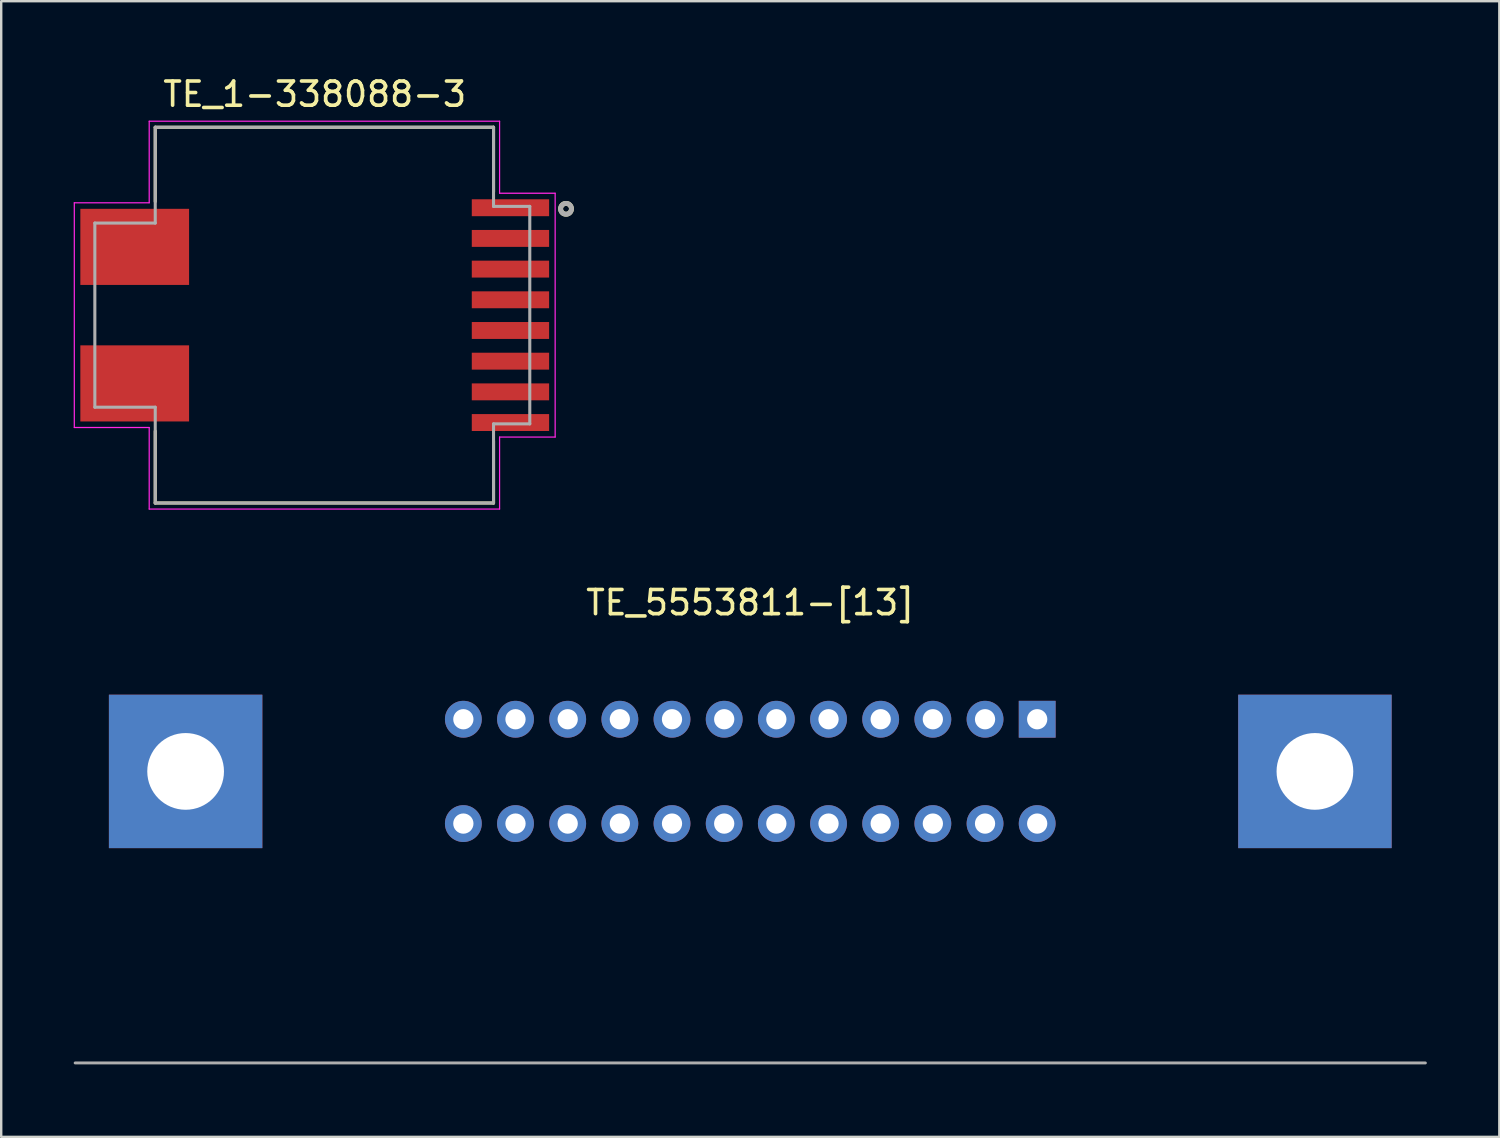
<source format=kicad_pcb>
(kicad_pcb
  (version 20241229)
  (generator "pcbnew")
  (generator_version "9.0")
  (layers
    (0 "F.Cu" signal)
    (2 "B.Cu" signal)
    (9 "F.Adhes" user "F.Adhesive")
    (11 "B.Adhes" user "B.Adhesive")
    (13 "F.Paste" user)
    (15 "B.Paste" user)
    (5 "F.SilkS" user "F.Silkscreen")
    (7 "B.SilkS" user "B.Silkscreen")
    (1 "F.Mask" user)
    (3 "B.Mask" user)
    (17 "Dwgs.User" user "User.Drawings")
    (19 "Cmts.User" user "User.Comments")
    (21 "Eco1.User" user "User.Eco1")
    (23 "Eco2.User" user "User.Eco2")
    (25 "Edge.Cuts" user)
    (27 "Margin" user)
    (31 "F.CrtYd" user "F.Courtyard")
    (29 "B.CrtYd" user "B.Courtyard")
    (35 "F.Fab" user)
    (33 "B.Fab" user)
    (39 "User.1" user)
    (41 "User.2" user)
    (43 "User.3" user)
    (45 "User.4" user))
  (footprint "TE_1-338088-3"
    (layer "F.Cu")
    (at 9.975 9.992)
    (property "Reference" "TE_1-338088-3" (at 0 -9.144 0) (layer "F.SilkS") (effects (font (size 1 1) (thickness 0.15))))
    (attr through_hole)
    (fp_line (start -6.6 -7.775) (end -6.6 -4.7) (stroke (width 0.127) (type solid)) (layer "F.SilkS"))
    (fp_line (start -6.6 -7.775) (end 7.4 -7.775) (stroke (width 0.127) (type solid)) (layer "F.SilkS"))
    (fp_line (start -6.6 4.8) (end -6.6 7.775) (stroke (width 0.127) (type solid)) (layer "F.SilkS"))
    (fp_line (start 7.4 -7.775) (end 7.4 -5.1) (stroke (width 0.127) (type solid)) (layer "F.SilkS"))
    (fp_line (start 7.4 7.775) (end -6.6 7.775) (stroke (width 0.127) (type solid)) (layer "F.SilkS"))
    (fp_line (start 7.4 7.775) (end 7.4 5.2) (stroke (width 0.127) (type solid)) (layer "F.SilkS"))
    (fp_circle (center 10.4 -4.4) (end 10.624 -4.4) (stroke (width 0.203) (type solid)) (fill no) (layer "F.SilkS"))
    (fp_line (start -9.95 -4.65) (end -6.85 -4.65) (stroke (width 0.05) (type solid)) (layer "F.CrtYd"))
    (fp_line (start -9.95 4.65) (end -9.95 -4.65) (stroke (width 0.05) (type solid)) (layer "F.CrtYd"))
    (fp_line (start -6.85 -8.025) (end 7.65 -8.025) (stroke (width 0.05) (type solid)) (layer "F.CrtYd"))
    (fp_line (start -6.85 -4.65) (end -6.85 -8.025) (stroke (width 0.05) (type solid)) (layer "F.CrtYd"))
    (fp_line (start -6.85 4.65) (end -9.95 4.65) (stroke (width 0.05) (type solid)) (layer "F.CrtYd"))
    (fp_line (start -6.85 8.025) (end -6.85 4.65) (stroke (width 0.05) (type solid)) (layer "F.CrtYd"))
    (fp_line (start 7.65 -8.025) (end 7.65 -5.045) (stroke (width 0.05) (type solid)) (layer "F.CrtYd"))
    (fp_line (start 7.65 -5.045) (end 9.95 -5.045) (stroke (width 0.05) (type solid)) (layer "F.CrtYd"))
    (fp_line (start 7.65 5.045) (end 7.65 8.025) (stroke (width 0.05) (type solid)) (layer "F.CrtYd"))
    (fp_line (start 7.65 8.025) (end -6.85 8.025) (stroke (width 0.05) (type solid)) (layer "F.CrtYd"))
    (fp_line (start 9.95 -5.045) (end 9.95 5.045) (stroke (width 0.05) (type solid)) (layer "F.CrtYd"))
    (fp_line (start 9.95 5.045) (end 7.65 5.045) (stroke (width 0.05) (type solid)) (layer "F.CrtYd"))
    (fp_line (start -9.1 -3.81) (end -6.6 -3.81) (stroke (width 0.127) (type solid)) (layer "F.Fab"))
    (fp_line (start -9.1 3.81) (end -9.1 -3.81) (stroke (width 0.127) (type solid)) (layer "F.Fab"))
    (fp_line (start -6.6 -7.775) (end 7.4 -7.775) (stroke (width 0.127) (type solid)) (layer "F.Fab"))
    (fp_line (start -6.6 -3.81) (end -6.6 -7.775) (stroke (width 0.127) (type solid)) (layer "F.Fab"))
    (fp_line (start -6.6 3.81) (end -9.1 3.81) (stroke (width 0.127) (type solid)) (layer "F.Fab"))
    (fp_line (start -6.6 7.775) (end -6.6 3.81) (stroke (width 0.127) (type solid)) (layer "F.Fab"))
    (fp_line (start 7.4 -7.775) (end 7.4 -4.5) (stroke (width 0.127) (type solid)) (layer "F.Fab"))
    (fp_line (start 7.4 -4.5) (end 8.9 -4.5) (stroke (width 0.127) (type solid)) (layer "F.Fab"))
    (fp_line (start 7.4 4.5) (end 7.4 7.775) (stroke (width 0.127) (type solid)) (layer "F.Fab"))
    (fp_line (start 7.4 7.775) (end -6.6 7.775) (stroke (width 0.127) (type solid)) (layer "F.Fab"))
    (fp_line (start 8.9 -4.5) (end 8.9 4.5) (stroke (width 0.127) (type solid)) (layer "F.Fab"))
    (fp_line (start 8.9 4.5) (end 7.4 4.5) (stroke (width 0.127) (type solid)) (layer "F.Fab"))
    (fp_circle (center 10.4 -4.4) (end 10.624 -4.4) (stroke (width 0.203) (type solid)) (fill no) (layer "F.Fab"))
    (pad "1" smd rect (at 8.1 -4.445) (size 3.2 0.7) (layers "F.Cu" "F.Mask" "F.Paste"))
    (pad "2" smd rect (at 8.1 -3.175) (size 3.2 0.7) (layers "F.Cu" "F.Mask" "F.Paste"))
    (pad "3" smd rect (at 8.1 -1.905) (size 3.2 0.7) (layers "F.Cu" "F.Mask" "F.Paste"))
    (pad "4" smd rect (at 8.1 -0.635) (size 3.2 0.7) (layers "F.Cu" "F.Mask" "F.Paste"))
    (pad "5" smd rect (at 8.1 0.635) (size 3.2 0.7) (layers "F.Cu" "F.Mask" "F.Paste"))
    (pad "6" smd rect (at 8.1 1.905) (size 3.2 0.7) (layers "F.Cu" "F.Mask" "F.Paste"))
    (pad "7" smd rect (at 8.1 3.175) (size 3.2 0.7) (layers "F.Cu" "F.Mask" "F.Paste"))
    (pad "8" smd rect (at 8.1 4.445) (size 3.2 0.7) (layers "F.Cu" "F.Mask" "F.Paste"))
    (pad "SH" smd rect (at -7.45 -2.825) (size 4.5 3.15) (layers "F.Cu" "F.Mask" "F.Paste"))
    (pad "SH" smd rect (at -7.45 2.825) (size 4.5 3.15) (layers "F.Cu" "F.Mask" "F.Paste")))
  (footprint "TE_5553811-[13]"
    (layer "F.Cu")
    (at 28 28.875)
    (property "Reference" "TE_5553811-[13]" (at 0 -6.985 0) (layer "F.SilkS") (effects (font (size 1 1) (thickness 0.15))))
    (attr through_hole)
    (fp_line (start 27.94 12.065) (end -27.94 12.065) (stroke (width 0.12) (type solid)) (layer "F.Fab"))
    (pad "1" thru_hole rect (at 11.874 -2.159) (size 1.524 1.524) (drill 0.838) (layers "*.Cu" "*.Mask"))
    (pad "2" thru_hole circle (at 9.716 -2.159) (size 1.524 1.524) (drill 0.838) (layers "*.Cu" "*.Mask"))
    (pad "3" thru_hole circle (at 7.556 -2.159) (size 1.524 1.524) (drill 0.838) (layers "*.Cu" "*.Mask"))
    (pad "4" thru_hole circle (at 5.397 -2.159) (size 1.524 1.524) (drill 0.838) (layers "*.Cu" "*.Mask"))
    (pad "5" thru_hole circle (at 3.239 -2.159) (size 1.524 1.524) (drill 0.838) (layers "*.Cu" "*.Mask"))
    (pad "6" thru_hole circle (at 1.079 -2.159) (size 1.524 1.524) (drill 0.838) (layers "*.Cu" "*.Mask"))
    (pad "7" thru_hole circle (at -1.079 -2.159) (size 1.524 1.524) (drill 0.838) (layers "*.Cu" "*.Mask"))
    (pad "8" thru_hole circle (at -3.239 -2.159) (size 1.524 1.524) (drill 0.838) (layers "*.Cu" "*.Mask"))
    (pad "9" thru_hole circle (at -5.397 -2.159) (size 1.524 1.524) (drill 0.838) (layers "*.Cu" "*.Mask"))
    (pad "10" thru_hole circle (at -7.556 -2.159) (size 1.524 1.524) (drill 0.838) (layers "*.Cu" "*.Mask"))
    (pad "11" thru_hole circle (at -9.716 -2.159) (size 1.524 1.524) (drill 0.838) (layers "*.Cu" "*.Mask"))
    (pad "12" thru_hole circle (at -11.874 -2.159) (size 1.524 1.524) (drill 0.838) (layers "*.Cu" "*.Mask"))
    (pad "13" thru_hole circle (at 11.874 2.159) (size 1.524 1.524) (drill 0.838) (layers "*.Cu" "*.Mask"))
    (pad "14" thru_hole circle (at 9.716 2.159) (size 1.524 1.524) (drill 0.838) (layers "*.Cu" "*.Mask"))
    (pad "15" thru_hole circle (at 7.556 2.159) (size 1.524 1.524) (drill 0.838) (layers "*.Cu" "*.Mask"))
    (pad "16" thru_hole circle (at 5.397 2.159) (size 1.524 1.524) (drill 0.838) (layers "*.Cu" "*.Mask"))
    (pad "17" thru_hole circle (at 3.239 2.159) (size 1.524 1.524) (drill 0.838) (layers "*.Cu" "*.Mask"))
    (pad "18" thru_hole circle (at 1.079 2.159) (size 1.524 1.524) (drill 0.838) (layers "*.Cu" "*.Mask"))
    (pad "19" thru_hole circle (at -1.079 2.159) (size 1.524 1.524) (drill 0.838) (layers "*.Cu" "*.Mask"))
    (pad "20" thru_hole circle (at -3.239 2.159) (size 1.524 1.524) (drill 0.838) (layers "*.Cu" "*.Mask"))
    (pad "21" thru_hole circle (at -5.397 2.159) (size 1.524 1.524) (drill 0.838) (layers "*.Cu" "*.Mask"))
    (pad "22" thru_hole circle (at -7.556 2.159) (size 1.524 1.524) (drill 0.838) (layers "*.Cu" "*.Mask"))
    (pad "23" thru_hole circle (at -9.716 2.159) (size 1.524 1.524) (drill 0.838) (layers "*.Cu" "*.Mask"))
    (pad "24" thru_hole circle (at -11.874 2.159) (size 1.524 1.524) (drill 0.838) (layers "*.Cu" "*.Mask"))
    (pad "25" thru_hole rect (at 23.368 0) (size 6.35 6.35) (drill 3.175) (layers "*.Cu" "*.Mask"))
    (pad "26" thru_hole rect (at -23.368 0) (size 6.35 6.35) (drill 3.175) (layers "*.Cu" "*.Mask")))
  (gr_rect
    (start -3 -3)
    (end 59 44.001)
    (stroke (width 0.1) (type default))
    (fill no)
    (layer "Edge.Cuts")))
</source>
